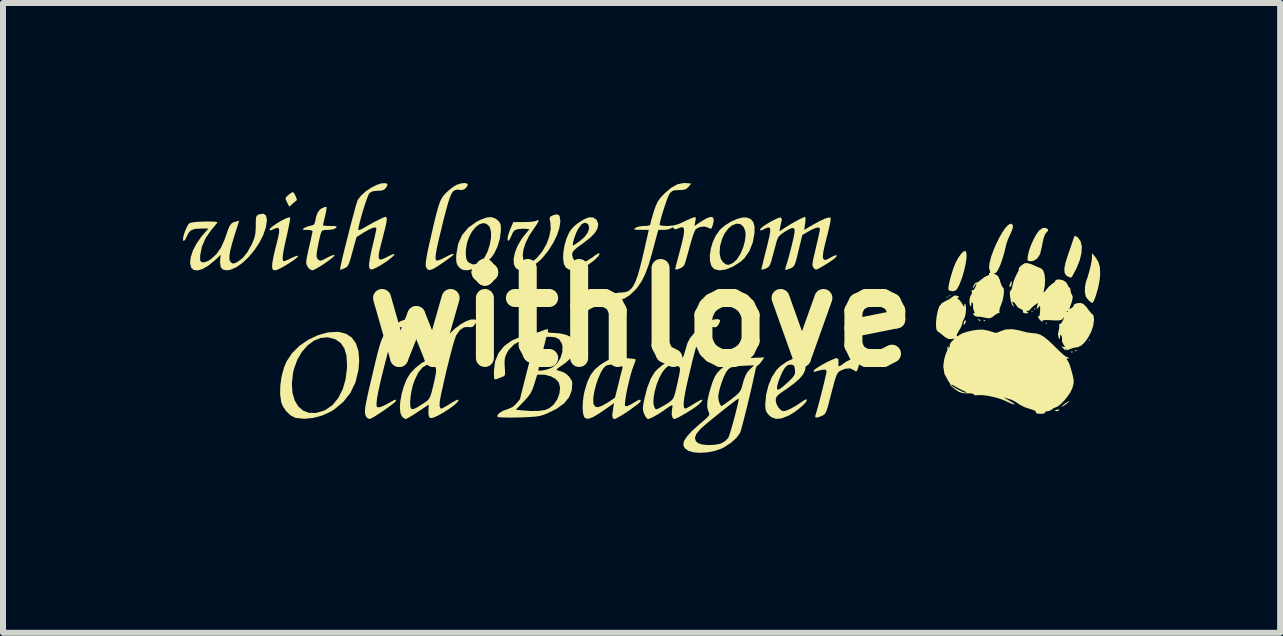
<source format=kicad_pcb>
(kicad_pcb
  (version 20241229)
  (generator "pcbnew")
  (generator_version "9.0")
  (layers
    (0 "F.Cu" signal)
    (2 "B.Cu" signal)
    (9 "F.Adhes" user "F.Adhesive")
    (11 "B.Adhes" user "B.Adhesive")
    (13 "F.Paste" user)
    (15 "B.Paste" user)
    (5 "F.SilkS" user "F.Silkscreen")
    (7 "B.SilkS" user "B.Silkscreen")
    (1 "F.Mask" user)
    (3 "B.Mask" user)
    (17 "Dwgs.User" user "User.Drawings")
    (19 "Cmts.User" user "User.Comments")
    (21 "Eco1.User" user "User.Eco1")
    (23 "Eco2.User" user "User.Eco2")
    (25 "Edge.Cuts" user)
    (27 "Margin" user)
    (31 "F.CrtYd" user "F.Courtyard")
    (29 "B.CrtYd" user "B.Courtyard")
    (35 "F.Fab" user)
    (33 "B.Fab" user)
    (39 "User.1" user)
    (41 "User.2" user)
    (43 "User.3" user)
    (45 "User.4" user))
  (footprint "withlove"
    (layer "F.Cu")
    (at 7.64 2.239)
    (property "Reference" "withlove" (at 0 0 0) (layer "F.SilkS") (effects (font (size 1.5 1.5) (thickness 0.3))))
    (attr board_only exclude_from_pos_files exclude_from_bom)
    (fp_poly (pts (xy 5.11 -0.337) (xy 5.1 -0.326) (xy 5.089 -0.337) (xy 5.1 -0.348)) (stroke (width 0) (type solid)) (fill yes) (layer "F.SilkS"))
    (fp_poly (pts (xy 5.154 -0.359) (xy 5.143 -0.348) (xy 5.132 -0.359) (xy 5.143 -0.37)) (stroke (width 0) (type solid)) (fill yes) (layer "F.SilkS"))
    (fp_poly (pts (xy 6.524 -0.098) (xy 6.513 -0.087) (xy 6.502 -0.098) (xy 6.513 -0.109)) (stroke (width 0) (type solid)) (fill yes) (layer "F.SilkS"))
    (fp_poly (pts (xy 6.567 -0.141) (xy 6.557 -0.13) (xy 6.546 -0.141) (xy 6.557 -0.152)) (stroke (width 0) (type solid)) (fill yes) (layer "F.SilkS"))
    (fp_poly (pts (xy 6.763 0.098) (xy 6.752 0.109) (xy 6.741 0.098) (xy 6.752 0.087)) (stroke (width 0) (type solid)) (fill yes) (layer "F.SilkS"))
    (fp_poly (pts (xy 7.481 0.381) (xy 7.47 0.391) (xy 7.459 0.381) (xy 7.47 0.37)) (stroke (width 0) (type solid)) (fill yes) (layer "F.SilkS"))
    (fp_poly (pts (xy 5.734 0.051) (xy 5.731 0.064) (xy 5.719 0.065) (xy 5.701 0.057) (xy 5.705 0.051) (xy 5.731 0.048)) (stroke (width 0) (type solid)) (fill yes) (layer "F.SilkS"))
    (fp_poly (pts (xy 7.191 0.573) (xy 7.188 0.586) (xy 7.176 0.587) (xy 7.158 0.579) (xy 7.162 0.573) (xy 7.188 0.57)) (stroke (width 0) (type solid)) (fill yes) (layer "F.SilkS"))
    (fp_poly (pts (xy 7.256 0.551) (xy 7.253 0.564) (xy 7.242 0.565) (xy 7.224 0.557) (xy 7.227 0.551) (xy 7.253 0.548)) (stroke (width 0) (type solid)) (fill yes) (layer "F.SilkS"))
    (fp_poly (pts (xy 5.629 0.031) (xy 5.652 0.052) (xy 5.648 0.065) (xy 5.645 0.065) (xy 5.626 0.05) (xy 5.619 0.04) (xy 5.617 0.025)) (stroke (width 0) (type solid)) (fill yes) (layer "F.SilkS"))
    (fp_poly (pts (xy 5.409 0.079) (xy 5.393 0.109) (xy 5.376 0.129) (xy 5.372 0.11) (xy 5.372 0.105) (xy 5.383 0.065) (xy 5.393 0.054) (xy 5.412 0.053)) (stroke (width 0) (type solid)) (fill yes) (layer "F.SilkS"))
    (fp_poly (pts (xy 6.969 1.546) (xy 6.945 1.561) (xy 6.912 1.566) (xy 6.894 1.559) (xy 6.894 1.557) (xy 6.912 1.546) (xy 6.937 1.538) (xy 6.967 1.536)) (stroke (width 0) (type solid)) (fill yes) (layer "F.SilkS"))
    (fp_poly (pts (xy 6.174 -0.595) (xy 6.174 -0.572) (xy 6.167 -0.528) (xy 6.154 -0.511) (xy 6.135 -0.51) (xy 6.134 -0.515) (xy 6.143 -0.548) (xy 6.154 -0.576) (xy 6.169 -0.606)) (stroke (width 0) (type solid)) (fill yes) (layer "F.SilkS"))
    (fp_poly (pts (xy 7.133 1.4) (xy 7.117 1.418) (xy 7.078 1.45) (xy 7.068 1.457) (xy 7.026 1.484) (xy 7.003 1.494) (xy 7.002 1.493) (xy 7.018 1.474) (xy 7.058 1.443) (xy 7.068 1.435) (xy 7.11 1.408) (xy 7.132 1.398)) (stroke (width 0) (type solid)) (fill yes) (layer "F.SilkS"))
    (fp_poly (pts (xy -5.79 -2.071) (xy -5.768 -2.032) (xy -5.749 -1.988) (xy -5.741 -1.956) (xy -5.744 -1.951) (xy -5.764 -1.935) (xy -5.803 -1.901) (xy -5.81 -1.895) (xy -5.868 -1.844) (xy -5.905 -1.916) (xy -5.928 -1.964) (xy -5.927 -1.994) (xy -5.898 -2.025) (xy -5.884 -2.038) (xy -5.84 -2.071) (xy -5.81 -2.087) (xy -5.808 -2.088)) (stroke (width 0) (type solid)) (fill yes) (layer "F.SilkS"))
    (fp_poly (pts (xy 6.779 -1.467) (xy 6.779 -1.438) (xy 6.762 -1.424) (xy 6.73 -1.382) (xy 6.702 -1.302) (xy 6.678 -1.186) (xy 6.675 -1.166) (xy 6.647 -1.053) (xy 6.598 -0.977) (xy 6.532 -0.939) (xy 6.495 -0.935) (xy 6.456 -0.937) (xy 6.439 -0.952) (xy 6.439 -0.992) (xy 6.444 -1.029) (xy 6.464 -1.115) (xy 6.501 -1.215) (xy 6.547 -1.315) (xy 6.596 -1.4) (xy 6.639 -1.454) (xy 6.695 -1.49) (xy 6.74 -1.49)) (stroke (width 0) (type solid)) (fill yes) (layer "F.SilkS"))
    (fp_poly (pts (xy 5.407 -1.103) (xy 5.421 -1.062) (xy 5.421 -0.99) (xy 5.408 -0.895) (xy 5.384 -0.787) (xy 5.351 -0.673) (xy 5.31 -0.563) (xy 5.29 -0.517) (xy 5.257 -0.461) (xy 5.221 -0.438) (xy 5.193 -0.435) (xy 5.145 -0.442) (xy 5.122 -0.455) (xy 5.119 -0.492) (xy 5.13 -0.562) (xy 5.153 -0.657) (xy 5.187 -0.77) (xy 5.209 -0.836) (xy 5.243 -0.918) (xy 5.285 -0.994) (xy 5.33 -1.056) (xy 5.37 -1.096) (xy 5.4 -1.106)) (stroke (width 0) (type solid)) (fill yes) (layer "F.SilkS"))
    (fp_poly (pts (xy 7.266 -1.338) (xy 7.275 -1.332) (xy 7.321 -1.272) (xy 7.343 -1.185) (xy 7.338 -1.075) (xy 7.309 -0.951) (xy 7.256 -0.819) (xy 7.238 -0.784) (xy 7.202 -0.716) (xy 7.18 -0.678) (xy 7.165 -0.663) (xy 7.151 -0.663) (xy 7.133 -0.669) (xy 7.083 -0.696) (xy 7.056 -0.743) (xy 7.052 -0.812) (xy 7.071 -0.91) (xy 7.112 -1.04) (xy 7.113 -1.044) (xy 7.146 -1.136) (xy 7.175 -1.222) (xy 7.196 -1.285) (xy 7.201 -1.3) (xy 7.217 -1.346) (xy 7.234 -1.357)) (stroke (width 0) (type solid)) (fill yes) (layer "F.SilkS"))
    (fp_poly (pts (xy 7.571 -1) (xy 7.619 -0.925) (xy 7.644 -0.837) (xy 7.649 -0.724) (xy 7.643 -0.647) (xy 7.631 -0.568) (xy 7.612 -0.48) (xy 7.587 -0.393) (xy 7.562 -0.317) (xy 7.538 -0.262) (xy 7.519 -0.239) (xy 7.518 -0.239) (xy 7.492 -0.253) (xy 7.452 -0.287) (xy 7.447 -0.293) (xy 7.41 -0.344) (xy 7.395 -0.41) (xy 7.394 -0.444) (xy 7.398 -0.516) (xy 7.409 -0.578) (xy 7.413 -0.592) (xy 7.442 -0.676) (xy 7.47 -0.775) (xy 7.494 -0.873) (xy 7.509 -0.956) (xy 7.512 -0.992) (xy 7.513 -1.069)) (stroke (width 0) (type solid)) (fill yes) (layer "F.SilkS"))
    (fp_poly (pts (xy -5.854 -1.665) (xy -5.854 -1.64) (xy -5.863 -1.581) (xy -5.88 -1.495) (xy -5.902 -1.392) (xy -5.911 -1.353) (xy -5.945 -1.201) (xy -5.967 -1.088) (xy -5.978 -1.008) (xy -5.977 -0.959) (xy -5.966 -0.937) (xy -5.958 -0.935) (xy -5.927 -0.944) (xy -5.872 -0.968) (xy -5.827 -0.99) (xy -5.769 -1.016) (xy -5.73 -1.026) (xy -5.719 -1.022) (xy -5.737 -0.998) (xy -5.783 -0.96) (xy -5.849 -0.915) (xy -5.923 -0.869) (xy -5.996 -0.827) (xy -6.058 -0.796) (xy -6.1 -0.783) (xy -6.103 -0.783) (xy -6.137 -0.789) (xy -6.152 -0.815) (xy -6.154 -0.863) (xy -6.149 -0.915) (xy -6.134 -0.998) (xy -6.111 -1.099) (xy -6.086 -1.201) (xy -6.055 -1.325) (xy -6.038 -1.411) (xy -6.037 -1.465) (xy -6.051 -1.49) (xy -6.081 -1.49) (xy -6.129 -1.47) (xy -6.13 -1.469) (xy -6.177 -1.449) (xy -6.196 -1.453) (xy -6.198 -1.462) (xy -6.18 -1.488) (xy -6.135 -1.525) (xy -6.072 -1.567) (xy -6.003 -1.609) (xy -5.936 -1.643) (xy -5.883 -1.664) (xy -5.855 -1.665)) (stroke (width 0) (type solid)) (fill yes) (layer "F.SilkS"))
    (fp_poly (pts (xy 1.823 -1.638) (xy 1.868 -1.587) (xy 1.888 -1.507) (xy 1.887 -1.405) (xy 1.858 -1.245) (xy 1.8 -1.102) (xy 1.719 -0.984) (xy 1.652 -0.924) (xy 1.526 -0.844) (xy 1.409 -0.797) (xy 1.306 -0.782) (xy 1.222 -0.801) (xy 1.214 -0.805) (xy 1.169 -0.855) (xy 1.145 -0.934) (xy 1.142 -1.032) (xy 1.148 -1.072) (xy 1.305 -1.072) (xy 1.323 -0.979) (xy 1.358 -0.923) (xy 1.407 -0.883) (xy 1.451 -0.873) (xy 1.506 -0.894) (xy 1.536 -0.912) (xy 1.597 -0.969) (xy 1.653 -1.058) (xy 1.698 -1.164) (xy 1.728 -1.276) (xy 1.739 -1.38) (xy 1.732 -1.443) (xy 1.698 -1.516) (xy 1.647 -1.555) (xy 1.585 -1.56) (xy 1.518 -1.535) (xy 1.451 -1.481) (xy 1.391 -1.401) (xy 1.349 -1.314) (xy 1.313 -1.186) (xy 1.305 -1.072) (xy 1.148 -1.072) (xy 1.158 -1.141) (xy 1.191 -1.253) (xy 1.24 -1.359) (xy 1.304 -1.45) (xy 1.32 -1.468) (xy 1.401 -1.536) (xy 1.497 -1.595) (xy 1.598 -1.64) (xy 1.689 -1.664) (xy 1.751 -1.665)) (stroke (width 0) (type solid)) (fill yes) (layer "F.SilkS"))
    (fp_poly (pts (xy -2.438 -1.65) (xy -2.399 -1.622) (xy -2.364 -1.587) (xy -2.346 -1.549) (xy -2.34 -1.494) (xy -2.341 -1.443) (xy -2.357 -1.312) (xy -2.397 -1.178) (xy -2.455 -1.058) (xy -2.504 -0.989) (xy -2.574 -0.927) (xy -2.666 -0.869) (xy -2.767 -0.82) (xy -2.862 -0.79) (xy -2.916 -0.783) (xy -2.984 -0.793) (xy -3.033 -0.828) (xy -3.045 -0.843) (xy -3.071 -0.881) (xy -3.083 -0.923) (xy -3.086 -0.983) (xy -3.083 -1.055) (xy -3.076 -1.091) (xy -2.925 -1.091) (xy -2.923 -1.012) (xy -2.913 -0.963) (xy -2.893 -0.93) (xy -2.872 -0.91) (xy -2.804 -0.88) (xy -2.73 -0.891) (xy -2.667 -0.931) (xy -2.609 -1.003) (xy -2.561 -1.099) (xy -2.526 -1.208) (xy -2.506 -1.318) (xy -2.504 -1.418) (xy -2.523 -1.496) (xy -2.531 -1.511) (xy -2.581 -1.559) (xy -2.64 -1.57) (xy -2.703 -1.548) (xy -2.765 -1.5) (xy -2.823 -1.428) (xy -2.871 -1.339) (xy -2.906 -1.236) (xy -2.924 -1.124) (xy -2.925 -1.091) (xy -3.076 -1.091) (xy -3.053 -1.225) (xy -2.986 -1.372) (xy -2.883 -1.495) (xy -2.743 -1.594) (xy -2.687 -1.623) (xy -2.585 -1.662) (xy -2.505 -1.671)) (stroke (width 0) (type solid)) (fill yes) (layer "F.SilkS"))
    (fp_poly (pts (xy -5.042 0.244) (xy -4.921 0.275) (xy -4.825 0.339) (xy -4.756 0.436) (xy -4.715 0.563) (xy -4.702 0.718) (xy -4.714 0.875) (xy -4.763 1.079) (xy -4.847 1.257) (xy -4.966 1.409) (xy -5.12 1.537) (xy -5.176 1.572) (xy -5.315 1.636) (xy -5.466 1.677) (xy -5.615 1.692) (xy -5.751 1.679) (xy -5.777 1.672) (xy -5.85 1.633) (xy -5.921 1.564) (xy -5.977 1.48) (xy -6.001 1.42) (xy -6.02 1.291) (xy -6.018 1.141) (xy -6.013 1.106) (xy -5.825 1.106) (xy -5.815 1.257) (xy -5.779 1.384) (xy -5.719 1.484) (xy -5.638 1.555) (xy -5.539 1.593) (xy -5.424 1.595) (xy -5.297 1.559) (xy -5.261 1.542) (xy -5.147 1.462) (xy -5.052 1.346) (xy -4.978 1.201) (xy -4.929 1.033) (xy -4.906 0.846) (xy -4.905 0.794) (xy -4.915 0.64) (xy -4.949 0.52) (xy -5.008 0.431) (xy -5.094 0.37) (xy -5.106 0.365) (xy -5.223 0.334) (xy -5.342 0.344) (xy -5.456 0.389) (xy -5.563 0.468) (xy -5.657 0.575) (xy -5.734 0.707) (xy -5.79 0.862) (xy -5.806 0.934) (xy -5.825 1.106) (xy -6.013 1.106) (xy -5.996 0.984) (xy -5.955 0.835) (xy -5.913 0.735) (xy -5.821 0.597) (xy -5.697 0.475) (xy -5.55 0.374) (xy -5.389 0.298) (xy -5.223 0.252) (xy -5.061 0.243)) (stroke (width 0) (type solid)) (fill yes) (layer "F.SilkS"))
    (fp_poly (pts (xy -2.901 -2.228) (xy -2.892 -2.211) (xy -2.91 -2.169) (xy -2.95 -2.134) (xy -2.995 -2.12) (xy -3.009 -2.122) (xy -3.058 -2.128) (xy -3.096 -2.123) (xy -3.123 -2.111) (xy -3.147 -2.087) (xy -3.171 -2.045) (xy -3.196 -1.982) (xy -3.225 -1.892) (xy -3.258 -1.77) (xy -3.299 -1.613) (xy -3.315 -1.546) (xy -3.358 -1.369) (xy -3.391 -1.23) (xy -3.413 -1.124) (xy -3.426 -1.047) (xy -3.43 -0.995) (xy -3.427 -0.963) (xy -3.416 -0.947) (xy -3.416 -0.947) (xy -3.385 -0.949) (xy -3.33 -0.969) (xy -3.27 -1) (xy -3.206 -1.033) (xy -3.158 -1.054) (xy -3.137 -1.056) (xy -3.13 -1.05) (xy -3.13 -1.043) (xy -3.142 -1.031) (xy -3.171 -1.008) (xy -3.223 -0.97) (xy -3.304 -0.912) (xy -3.314 -0.905) (xy -3.412 -0.839) (xy -3.483 -0.8) (xy -3.532 -0.787) (xy -3.565 -0.799) (xy -3.587 -0.835) (xy -3.589 -0.839) (xy -3.594 -0.869) (xy -3.592 -0.917) (xy -3.582 -0.988) (xy -3.564 -1.088) (xy -3.535 -1.221) (xy -3.514 -1.312) (xy -3.472 -1.496) (xy -3.437 -1.644) (xy -3.407 -1.76) (xy -3.382 -1.848) (xy -3.359 -1.916) (xy -3.336 -1.967) (xy -3.312 -2.008) (xy -3.284 -2.043) (xy -3.252 -2.077) (xy -3.248 -2.081) (xy -3.183 -2.139) (xy -3.116 -2.187) (xy -3.077 -2.209) (xy -3.003 -2.232) (xy -2.941 -2.239)) (stroke (width 0) (type solid)) (fill yes) (layer "F.SilkS"))
    (fp_poly (pts (xy -0.799 -1.663) (xy -0.745 -1.625) (xy -0.719 -1.562) (xy -0.718 -1.546) (xy -0.732 -1.475) (xy -0.778 -1.401) (xy -0.858 -1.321) (xy -0.976 -1.23) (xy -0.976 -1.23) (xy -1.059 -1.17) (xy -1.111 -1.127) (xy -1.14 -1.093) (xy -1.151 -1.062) (xy -1.153 -1.042) (xy -1.137 -0.98) (xy -1.099 -0.926) (xy -1.051 -0.895) (xy -1.032 -0.892) (xy -0.977 -0.905) (xy -0.902 -0.943) (xy -0.817 -0.997) (xy -0.777 -1.027) (xy -0.725 -1.062) (xy -0.698 -1.068) (xy -0.697 -1.051) (xy -0.72 -1.014) (xy -0.768 -0.965) (xy -0.787 -0.948) (xy -0.901 -0.864) (xy -1.011 -0.809) (xy -1.112 -0.785) (xy -1.197 -0.791) (xy -1.26 -0.83) (xy -1.291 -0.891) (xy -1.303 -0.98) (xy -1.299 -1.087) (xy -1.279 -1.203) (xy -1.272 -1.228) (xy -1.141 -1.228) (xy -1.141 -1.198) (xy -1.138 -1.196) (xy -1.116 -1.208) (xy -1.07 -1.238) (xy -1.029 -1.267) (xy -0.948 -1.337) (xy -0.894 -1.41) (xy -0.87 -1.48) (xy -0.879 -1.538) (xy -0.9 -1.563) (xy -0.945 -1.578) (xy -0.995 -1.551) (xy -1.049 -1.48) (xy -1.054 -1.471) (xy -1.082 -1.415) (xy -1.108 -1.348) (xy -1.129 -1.281) (xy -1.141 -1.228) (xy -1.272 -1.228) (xy -1.246 -1.316) (xy -1.201 -1.416) (xy -1.176 -1.455) (xy -1.115 -1.522) (xy -1.033 -1.586) (xy -0.946 -1.638) (xy -0.87 -1.667)) (stroke (width 0) (type solid)) (fill yes) (layer "F.SilkS"))
    (fp_poly (pts (xy 3.285 0.7) (xy 3.288 0.751) (xy 3.287 0.758) (xy 3.285 0.799) (xy 3.292 0.816) (xy 3.317 0.809) (xy 3.365 0.776) (xy 3.409 0.743) (xy 3.493 0.7) (xy 3.562 0.687) (xy 3.614 0.689) (xy 3.636 0.702) (xy 3.637 0.738) (xy 3.636 0.746) (xy 3.623 0.815) (xy 3.608 0.863) (xy 3.59 0.901) (xy 3.571 0.902) (xy 3.548 0.884) (xy 3.484 0.852) (xy 3.401 0.858) (xy 3.337 0.883) (xy 3.31 0.896) (xy 3.289 0.912) (xy 3.27 0.936) (xy 3.252 0.973) (xy 3.232 1.03) (xy 3.209 1.112) (xy 3.179 1.224) (xy 3.14 1.373) (xy 3.139 1.379) (xy 3.112 1.482) (xy 3.09 1.552) (xy 3.071 1.595) (xy 3.05 1.621) (xy 3.023 1.638) (xy 3.008 1.645) (xy 2.939 1.67) (xy 2.903 1.67) (xy 2.898 1.647) (xy 2.901 1.64) (xy 2.915 1.597) (xy 2.935 1.524) (xy 2.961 1.43) (xy 2.989 1.323) (xy 3.017 1.212) (xy 3.043 1.106) (xy 3.065 1.013) (xy 3.081 0.944) (xy 3.088 0.906) (xy 3.088 0.904) (xy 3.08 0.878) (xy 3.05 0.872) (xy 3.017 0.876) (xy 2.954 0.889) (xy 2.906 0.904) (xy 2.875 0.909) (xy 2.874 0.89) (xy 2.897 0.865) (xy 2.949 0.83) (xy 3.02 0.788) (xy 3.097 0.746) (xy 3.171 0.711) (xy 3.23 0.687) (xy 3.262 0.68)) (stroke (width 0) (type solid)) (fill yes) (layer "F.SilkS"))
    (fp_poly (pts (xy -3.838 0.031) (xy -3.782 0.045) (xy -3.828 0.104) (xy -3.867 0.142) (xy -3.915 0.159) (xy -3.975 0.163) (xy -4.039 0.167) (xy -4.078 0.183) (xy -4.108 0.221) (xy -4.115 0.232) (xy -4.133 0.275) (xy -4.159 0.353) (xy -4.19 0.459) (xy -4.225 0.585) (xy -4.261 0.723) (xy -4.297 0.865) (xy -4.332 1.006) (xy -4.362 1.136) (xy -4.386 1.248) (xy -4.402 1.335) (xy -4.407 1.372) (xy -4.414 1.444) (xy -4.412 1.482) (xy -4.399 1.498) (xy -4.375 1.501) (xy -4.332 1.49) (xy -4.269 1.462) (xy -4.219 1.435) (xy -4.151 1.396) (xy -4.111 1.376) (xy -4.093 1.374) (xy -4.088 1.385) (xy -4.088 1.391) (xy -4.105 1.412) (xy -4.151 1.45) (xy -4.216 1.499) (xy -4.292 1.553) (xy -4.37 1.605) (xy -4.441 1.651) (xy -4.498 1.683) (xy -4.53 1.696) (xy -4.531 1.696) (xy -4.568 1.679) (xy -4.588 1.654) (xy -4.6 1.625) (xy -4.606 1.591) (xy -4.606 1.546) (xy -4.599 1.483) (xy -4.583 1.398) (xy -4.559 1.284) (xy -4.525 1.135) (xy -4.513 1.086) (xy -4.466 0.887) (xy -4.428 0.726) (xy -4.396 0.598) (xy -4.369 0.497) (xy -4.345 0.42) (xy -4.323 0.361) (xy -4.301 0.316) (xy -4.276 0.279) (xy -4.249 0.247) (xy -4.216 0.214) (xy -4.206 0.203) (xy -4.106 0.121) (xy -4.006 0.062) (xy -3.913 0.031)) (stroke (width 0) (type solid)) (fill yes) (layer "F.SilkS"))
    (fp_poly (pts (xy -1.377 -1.707) (xy -1.361 -1.684) (xy -1.349 -1.598) (xy -1.365 -1.491) (xy -1.405 -1.37) (xy -1.467 -1.242) (xy -1.546 -1.116) (xy -1.639 -1) (xy -1.677 -0.96) (xy -1.78 -0.872) (xy -1.88 -0.813) (xy -1.97 -0.786) (xy -2.045 -0.79) (xy -2.095 -0.823) (xy -2.125 -0.886) (xy -2.128 -0.973) (xy -2.107 -1.077) (xy -2.064 -1.187) (xy -2.001 -1.297) (xy -1.955 -1.359) (xy -1.865 -1.468) (xy -1.925 -1.475) (xy -1.992 -1.476) (xy -2.057 -1.469) (xy -2.105 -1.453) (xy -2.137 -1.421) (xy -2.165 -1.359) (xy -2.19 -1.305) (xy -2.212 -1.276) (xy -2.221 -1.274) (xy -2.231 -1.305) (xy -2.22 -1.368) (xy -2.188 -1.46) (xy -2.173 -1.495) (xy -2.134 -1.587) (xy -1.952 -1.587) (xy -1.863 -1.59) (xy -1.793 -1.597) (xy -1.751 -1.608) (xy -1.747 -1.611) (xy -1.72 -1.622) (xy -1.712 -1.616) (xy -1.718 -1.591) (xy -1.746 -1.543) (xy -1.79 -1.48) (xy -1.794 -1.473) (xy -1.87 -1.359) (xy -1.927 -1.243) (xy -1.963 -1.133) (xy -1.977 -1.036) (xy -1.966 -0.961) (xy -1.944 -0.925) (xy -1.898 -0.902) (xy -1.841 -0.915) (xy -1.768 -0.965) (xy -1.737 -0.994) (xy -1.651 -1.096) (xy -1.582 -1.217) (xy -1.534 -1.345) (xy -1.51 -1.47) (xy -1.515 -1.58) (xy -1.519 -1.596) (xy -1.529 -1.647) (xy -1.519 -1.675) (xy -1.486 -1.694) (xy -1.419 -1.716)) (stroke (width 0) (type solid)) (fill yes) (layer "F.SilkS"))
    (fp_poly (pts (xy -5.247 -1.84) (xy -5.246 -1.815) (xy -5.255 -1.759) (xy -5.271 -1.687) (xy -5.289 -1.614) (xy -5.301 -1.559) (xy -5.306 -1.534) (xy -5.286 -1.528) (xy -5.236 -1.523) (xy -5.184 -1.522) (xy -5.116 -1.521) (xy -5.084 -1.515) (xy -5.08 -1.502) (xy -5.089 -1.49) (xy -5.133 -1.466) (xy -5.211 -1.457) (xy -5.221 -1.457) (xy -5.284 -1.455) (xy -5.319 -1.444) (xy -5.337 -1.413) (xy -5.349 -1.375) (xy -5.365 -1.31) (xy -5.384 -1.223) (xy -5.398 -1.147) (xy -5.411 -1.066) (xy -5.413 -1.017) (xy -5.405 -0.986) (xy -5.389 -0.965) (xy -5.366 -0.947) (xy -5.34 -0.945) (xy -5.299 -0.961) (xy -5.232 -0.996) (xy -5.167 -1.027) (xy -5.124 -1.041) (xy -5.11 -1.036) (xy -5.128 -1.012) (xy -5.173 -0.974) (xy -5.236 -0.927) (xy -5.309 -0.877) (xy -5.38 -0.833) (xy -5.44 -0.799) (xy -5.48 -0.783) (xy -5.484 -0.783) (xy -5.524 -0.799) (xy -5.555 -0.831) (xy -5.573 -0.861) (xy -5.584 -0.891) (xy -5.585 -0.93) (xy -5.578 -0.986) (xy -5.561 -1.068) (xy -5.535 -1.183) (xy -5.512 -1.279) (xy -5.495 -1.359) (xy -5.483 -1.415) (xy -5.48 -1.435) (xy -5.499 -1.449) (xy -5.548 -1.456) (xy -5.572 -1.457) (xy -5.627 -1.458) (xy -5.645 -1.464) (xy -5.632 -1.479) (xy -5.62 -1.488) (xy -5.565 -1.513) (xy -5.512 -1.526) (xy -5.458 -1.544) (xy -5.441 -1.577) (xy -5.419 -1.682) (xy -5.392 -1.752) (xy -5.355 -1.797) (xy -5.325 -1.817) (xy -5.278 -1.837) (xy -5.249 -1.841)) (stroke (width 0) (type solid)) (fill yes) (layer "F.SilkS"))
    (fp_poly (pts (xy 2.677 0.689) (xy 2.722 0.732) (xy 2.74 0.805) (xy 2.74 0.813) (xy 2.73 0.883) (xy 2.697 0.952) (xy 2.637 1.024) (xy 2.547 1.103) (xy 2.422 1.194) (xy 2.387 1.218) (xy 2.313 1.269) (xy 2.27 1.307) (xy 2.248 1.339) (xy 2.241 1.375) (xy 2.241 1.387) (xy 2.254 1.447) (xy 2.287 1.506) (xy 2.331 1.55) (xy 2.37 1.566) (xy 2.422 1.553) (xy 2.497 1.52) (xy 2.581 1.473) (xy 2.655 1.423) (xy 2.719 1.38) (xy 2.753 1.367) (xy 2.762 1.377) (xy 2.745 1.413) (xy 2.699 1.463) (xy 2.633 1.521) (xy 2.557 1.578) (xy 2.478 1.627) (xy 2.451 1.641) (xy 2.34 1.685) (xy 2.25 1.694) (xy 2.175 1.669) (xy 2.129 1.633) (xy 2.091 1.587) (xy 2.072 1.539) (xy 2.066 1.471) (xy 2.066 1.452) (xy 2.08 1.294) (xy 2.109 1.176) (xy 2.262 1.176) (xy 2.267 1.206) (xy 2.291 1.203) (xy 2.307 1.195) (xy 2.346 1.168) (xy 2.402 1.12) (xy 2.461 1.066) (xy 2.519 1.008) (xy 2.55 0.966) (xy 2.563 0.927) (xy 2.562 0.879) (xy 2.562 0.878) (xy 2.553 0.822) (xy 2.533 0.796) (xy 2.498 0.787) (xy 2.441 0.796) (xy 2.396 0.838) (xy 2.36 0.895) (xy 2.323 0.974) (xy 2.29 1.059) (xy 2.268 1.134) (xy 2.262 1.176) (xy 2.109 1.176) (xy 2.118 1.139) (xy 2.176 0.998) (xy 2.251 0.881) (xy 2.316 0.815) (xy 2.425 0.739) (xy 2.525 0.692) (xy 2.61 0.676)) (stroke (width 0) (type solid)) (fill yes) (layer "F.SilkS"))
    (fp_poly (pts (xy -0.294 0.679) (xy -0.214 0.684) (xy -0.146 0.691) (xy -0.103 0.698) (xy -0.095 0.702) (xy -0.098 0.725) (xy -0.115 0.774) (xy -0.128 0.807) (xy -0.152 0.872) (xy -0.178 0.961) (xy -0.204 1.063) (xy -0.229 1.171) (xy -0.25 1.275) (xy -0.265 1.366) (xy -0.273 1.436) (xy -0.272 1.475) (xy -0.269 1.479) (xy -0.236 1.482) (xy -0.174 1.453) (xy -0.145 1.435) (xy -0.07 1.391) (xy -0.026 1.373) (xy -0.009 1.38) (xy -0.014 1.403) (xy -0.037 1.429) (xy -0.088 1.47) (xy -0.158 1.521) (xy -0.236 1.576) (xy -0.314 1.626) (xy -0.383 1.667) (xy -0.431 1.692) (xy -0.447 1.696) (xy -0.474 1.685) (xy -0.483 1.643) (xy -0.484 1.631) (xy -0.481 1.605) (xy -0.474 1.551) (xy -0.47 1.525) (xy -0.455 1.431) (xy -0.592 1.528) (xy -0.71 1.608) (xy -0.8 1.661) (xy -0.866 1.688) (xy -0.913 1.691) (xy -0.945 1.671) (xy -0.956 1.654) (xy -0.972 1.596) (xy -0.978 1.508) (xy -0.974 1.404) (xy -0.966 1.342) (xy -0.8 1.342) (xy -0.8 1.425) (xy -0.796 1.444) (xy -0.772 1.487) (xy -0.726 1.499) (xy -0.657 1.477) (xy -0.563 1.423) (xy -0.559 1.421) (xy -0.439 1.341) (xy -0.381 1.111) (xy -0.357 1.013) (xy -0.336 0.929) (xy -0.32 0.868) (xy -0.313 0.844) (xy -0.315 0.822) (xy -0.34 0.807) (xy -0.399 0.796) (xy -0.42 0.793) (xy -0.518 0.789) (xy -0.584 0.803) (xy -0.586 0.804) (xy -0.63 0.847) (xy -0.676 0.922) (xy -0.719 1.02) (xy -0.756 1.129) (xy -0.784 1.24) (xy -0.8 1.342) (xy -0.966 1.342) (xy -0.96 1.297) (xy -0.945 1.228) (xy -0.9 1.079) (xy -0.846 0.964) (xy -0.778 0.873) (xy -0.691 0.798) (xy -0.67 0.784) (xy -0.597 0.738) (xy -0.53 0.701) (xy -0.485 0.682) (xy -0.484 0.682) (xy -0.442 0.678) (xy -0.374 0.677)) (stroke (width 0) (type solid)) (fill yes) (layer "F.SilkS"))
    (fp_poly (pts (xy -4.251 -2.232) (xy -4.23 -2.218) (xy -4.235 -2.194) (xy -4.253 -2.164) (xy -4.284 -2.129) (xy -4.326 -2.113) (xy -4.392 -2.109) (xy -4.471 -2.102) (xy -4.522 -2.078) (xy -4.534 -2.066) (xy -4.552 -2.032) (xy -4.577 -1.967) (xy -4.607 -1.879) (xy -4.638 -1.78) (xy -4.668 -1.678) (xy -4.693 -1.584) (xy -4.711 -1.508) (xy -4.718 -1.461) (xy -4.703 -1.452) (xy -4.656 -1.472) (xy -4.627 -1.489) (xy -4.547 -1.536) (xy -4.462 -1.583) (xy -4.381 -1.624) (xy -4.314 -1.656) (xy -4.271 -1.673) (xy -4.263 -1.674) (xy -4.247 -1.666) (xy -4.242 -1.636) (xy -4.249 -1.58) (xy -4.268 -1.493) (xy -4.299 -1.371) (xy -4.303 -1.354) (xy -4.341 -1.208) (xy -4.367 -1.1) (xy -4.378 -1.026) (xy -4.375 -0.981) (xy -4.357 -0.963) (xy -4.322 -0.966) (xy -4.271 -0.988) (xy -4.237 -1.006) (xy -4.175 -1.036) (xy -4.13 -1.054) (xy -4.115 -1.056) (xy -4.121 -1.035) (xy -4.157 -1) (xy -4.214 -0.955) (xy -4.283 -0.907) (xy -4.356 -0.861) (xy -4.423 -0.824) (xy -4.476 -0.801) (xy -4.496 -0.797) (xy -4.522 -0.804) (xy -4.536 -0.833) (xy -4.538 -0.888) (xy -4.526 -0.974) (xy -4.502 -1.095) (xy -4.481 -1.184) (xy -4.456 -1.289) (xy -4.436 -1.379) (xy -4.421 -1.445) (xy -4.415 -1.479) (xy -4.415 -1.481) (xy -4.431 -1.499) (xy -4.477 -1.491) (xy -4.55 -1.458) (xy -4.619 -1.418) (xy -4.747 -1.337) (xy -4.815 -1.091) (xy -4.844 -0.985) (xy -4.867 -0.913) (xy -4.887 -0.867) (xy -4.908 -0.84) (xy -4.934 -0.823) (xy -4.953 -0.814) (xy -4.999 -0.797) (xy -5.023 -0.791) (xy -5.023 -0.792) (xy -5.018 -0.827) (xy -5.003 -0.897) (xy -4.981 -0.995) (xy -4.952 -1.113) (xy -4.919 -1.245) (xy -4.884 -1.383) (xy -4.849 -1.521) (xy -4.814 -1.652) (xy -4.783 -1.768) (xy -4.757 -1.863) (xy -4.737 -1.929) (xy -4.725 -1.96) (xy -4.669 -2.031) (xy -4.592 -2.1) (xy -4.502 -2.161) (xy -4.41 -2.207) (xy -4.326 -2.234) (xy -4.259 -2.235)) (stroke (width 0) (type solid)) (fill yes) (layer "F.SilkS"))
    (fp_poly (pts (xy -6.258 -1.699) (xy -6.242 -1.636) (xy -6.241 -1.621) (xy -6.257 -1.502) (xy -6.301 -1.373) (xy -6.367 -1.243) (xy -6.451 -1.117) (xy -6.547 -1.002) (xy -6.65 -0.905) (xy -6.755 -0.832) (xy -6.855 -0.79) (xy -6.912 -0.783) (xy -6.976 -0.796) (xy -7.012 -0.838) (xy -7.022 -0.912) (xy -7.021 -0.943) (xy -7.013 -1.04) (xy -7.113 -0.946) (xy -7.216 -0.862) (xy -7.311 -0.806) (xy -7.394 -0.781) (xy -7.46 -0.788) (xy -7.504 -0.828) (xy -7.504 -0.83) (xy -7.522 -0.905) (xy -7.511 -1.002) (xy -7.474 -1.113) (xy -7.414 -1.229) (xy -7.334 -1.343) (xy -7.307 -1.375) (xy -7.216 -1.479) (xy -7.339 -1.479) (xy -7.434 -1.474) (xy -7.498 -1.455) (xy -7.541 -1.417) (xy -7.575 -1.352) (xy -7.577 -1.346) (xy -7.606 -1.288) (xy -7.629 -1.273) (xy -7.635 -1.276) (xy -7.64 -1.307) (xy -7.629 -1.364) (xy -7.607 -1.432) (xy -7.579 -1.498) (xy -7.55 -1.549) (xy -7.534 -1.567) (xy -7.495 -1.58) (xy -7.417 -1.59) (xy -7.306 -1.595) (xy -7.276 -1.596) (xy -7.175 -1.596) (xy -7.111 -1.594) (xy -7.077 -1.589) (xy -7.068 -1.579) (xy -7.076 -1.566) (xy -7.105 -1.53) (xy -7.15 -1.477) (xy -7.175 -1.447) (xy -7.265 -1.316) (xy -7.326 -1.172) (xy -7.354 -1.027) (xy -7.354 -0.951) (xy -7.334 -0.92) (xy -7.29 -0.915) (xy -7.228 -0.936) (xy -7.175 -0.968) (xy -7.083 -1.052) (xy -7.008 -1.159) (xy -6.946 -1.296) (xy -6.925 -1.356) (xy -6.891 -1.455) (xy -6.863 -1.52) (xy -6.835 -1.56) (xy -6.802 -1.583) (xy -6.76 -1.595) (xy -6.703 -1.609) (xy -6.778 -1.375) (xy -6.824 -1.221) (xy -6.854 -1.103) (xy -6.867 -1.016) (xy -6.864 -0.956) (xy -6.845 -0.919) (xy -6.84 -0.914) (xy -6.81 -0.897) (xy -6.776 -0.901) (xy -6.729 -0.924) (xy -6.644 -0.988) (xy -6.565 -1.087) (xy -6.489 -1.225) (xy -6.485 -1.234) (xy -6.452 -1.316) (xy -6.434 -1.394) (xy -6.427 -1.487) (xy -6.426 -1.527) (xy -6.426 -1.612) (xy -6.421 -1.664) (xy -6.41 -1.692) (xy -6.388 -1.708) (xy -6.363 -1.718) (xy -6.298 -1.727)) (stroke (width 0) (type solid)) (fill yes) (layer "F.SilkS"))
    (fp_poly (pts (xy 6.174 -1.556) (xy 6.195 -1.529) (xy 6.191 -1.482) (xy 6.163 -1.41) (xy 6.146 -1.375) (xy 6.112 -1.299) (xy 6.086 -1.224) (xy 6.079 -1.196) (xy 6.051 -1.078) (xy 6.018 -0.966) (xy 5.983 -0.868) (xy 5.949 -0.793) (xy 5.919 -0.749) (xy 5.908 -0.741) (xy 5.877 -0.728) (xy 5.887 -0.719) (xy 5.91 -0.713) (xy 5.946 -0.688) (xy 5.973 -0.631) (xy 5.982 -0.6) (xy 6 -0.542) (xy 6.019 -0.506) (xy 6.026 -0.5) (xy 6.041 -0.481) (xy 6.045 -0.432) (xy 6.04 -0.366) (xy 6.026 -0.293) (xy 6.004 -0.227) (xy 6.001 -0.219) (xy 5.977 -0.155) (xy 5.968 -0.104) (xy 5.97 -0.089) (xy 5.974 -0.068) (xy 5.968 -0.071) (xy 5.943 -0.068) (xy 5.901 -0.042) (xy 5.889 -0.032) (xy 5.844 0.002) (xy 5.806 0.016) (xy 5.758 0.013) (xy 5.707 0.001) (xy 5.648 -0.009) (xy 5.605 -0.009) (xy 5.561 -0.02) (xy 5.544 -0.035) (xy 5.529 -0.06) (xy 5.543 -0.065) (xy 5.558 -0.075) (xy 5.544 -0.11) (xy 5.529 -0.157) (xy 5.531 -0.183) (xy 5.53 -0.224) (xy 5.522 -0.241) (xy 5.507 -0.254) (xy 5.502 -0.227) (xy 5.502 -0.217) (xy 5.498 -0.182) (xy 5.488 -0.186) (xy 5.48 -0.199) (xy 5.47 -0.243) (xy 5.473 -0.302) (xy 5.486 -0.355) (xy 5.504 -0.382) (xy 5.513 -0.408) (xy 5.508 -0.428) (xy 5.506 -0.452) (xy 5.517 -0.45) (xy 5.54 -0.457) (xy 5.564 -0.491) (xy 5.584 -0.541) (xy 5.586 -0.561) (xy 5.571 -0.546) (xy 5.556 -0.522) (xy 5.534 -0.491) (xy 5.524 -0.49) (xy 5.524 -0.491) (xy 5.536 -0.524) (xy 5.556 -0.556) (xy 5.58 -0.581) (xy 5.588 -0.579) (xy 5.603 -0.581) (xy 5.64 -0.607) (xy 5.666 -0.628) (xy 5.718 -0.669) (xy 5.763 -0.693) (xy 5.776 -0.696) (xy 5.798 -0.707) (xy 5.795 -0.718) (xy 5.798 -0.738) (xy 5.806 -0.739) (xy 5.819 -0.751) (xy 5.807 -0.782) (xy 5.797 -0.834) (xy 5.806 -0.91) (xy 5.83 -1.004) (xy 5.867 -1.108) (xy 5.912 -1.215) (xy 5.963 -1.319) (xy 6.016 -1.412) (xy 6.068 -1.488) (xy 6.116 -1.539) (xy 6.157 -1.56)) (stroke (width 0) (type solid)) (fill yes) (layer "F.SilkS"))
    (fp_poly (pts (xy -2.765 0.042) (xy -2.749 0.061) (xy -2.759 0.094) (xy -2.774 0.118) (xy -2.809 0.158) (xy -2.849 0.166) (xy -2.875 0.162) (xy -2.952 0.166) (xy -3.023 0.211) (xy -3.082 0.295) (xy -3.085 0.299) (xy -3.104 0.349) (xy -3.131 0.436) (xy -3.163 0.553) (xy -3.2 0.696) (xy -3.24 0.857) (xy -3.281 1.032) (xy -3.322 1.215) (xy -3.339 1.289) (xy -3.359 1.401) (xy -3.363 1.476) (xy -3.35 1.515) (xy -3.331 1.522) (xy -3.305 1.511) (xy -3.253 1.482) (xy -3.186 1.441) (xy -3.178 1.436) (xy -3.103 1.391) (xy -3.06 1.372) (xy -3.045 1.38) (xy -3.045 1.381) (xy -3.063 1.413) (xy -3.113 1.46) (xy -3.188 1.516) (xy -3.281 1.577) (xy -3.378 1.633) (xy -3.459 1.671) (xy -3.511 1.682) (xy -3.539 1.66) (xy -3.549 1.605) (xy -3.548 1.554) (xy -3.543 1.455) (xy -3.723 1.576) (xy -3.802 1.627) (xy -3.868 1.667) (xy -3.913 1.692) (xy -3.927 1.696) (xy -3.959 1.682) (xy -3.989 1.654) (xy -4.015 1.597) (xy -4.024 1.509) (xy -4.018 1.41) (xy -3.853 1.41) (xy -3.851 1.482) (xy -3.84 1.519) (xy -3.821 1.532) (xy -3.786 1.526) (xy -3.73 1.498) (xy -3.647 1.445) (xy -3.637 1.439) (xy -3.592 1.409) (xy -3.558 1.382) (xy -3.534 1.352) (xy -3.514 1.31) (xy -3.495 1.249) (xy -3.473 1.16) (xy -3.445 1.041) (xy -3.425 0.939) (xy -3.42 0.87) (xy -3.432 0.827) (xy -3.462 0.801) (xy -3.493 0.791) (xy -3.572 0.792) (xy -3.646 0.835) (xy -3.714 0.917) (xy -3.774 1.036) (xy -3.806 1.126) (xy -3.829 1.22) (xy -3.845 1.318) (xy -3.853 1.41) (xy -4.018 1.41) (xy -4.017 1.4) (xy -3.995 1.278) (xy -3.959 1.152) (xy -3.911 1.031) (xy -3.85 0.934) (xy -3.764 0.843) (xy -3.664 0.764) (xy -3.56 0.706) (xy -3.462 0.677) (xy -3.431 0.674) (xy -3.393 0.672) (xy -3.369 0.661) (xy -3.351 0.631) (xy -3.333 0.574) (xy -3.319 0.519) (xy -3.286 0.415) (xy -3.246 0.336) (xy -3.192 0.27) (xy -3.106 0.188) (xy -3.014 0.119) (xy -2.924 0.067) (xy -2.845 0.038) (xy -2.783 0.035)) (stroke (width 0) (type solid)) (fill yes) (layer "F.SilkS"))
    (fp_poly (pts (xy 1.283 0.033) (xy 1.311 0.045) (xy 1.313 0.067) (xy 1.293 0.111) (xy 1.264 0.154) (xy 1.23 0.167) (xy 1.187 0.162) (xy 1.128 0.157) (xy 1.08 0.167) (xy 1.037 0.198) (xy 0.999 0.253) (xy 0.962 0.336) (xy 0.924 0.453) (xy 0.883 0.606) (xy 0.862 0.685) (xy 0.809 0.905) (xy 0.767 1.086) (xy 0.736 1.232) (xy 0.716 1.344) (xy 0.706 1.426) (xy 0.707 1.482) (xy 0.716 1.513) (xy 0.735 1.522) (xy 0.735 1.522) (xy 0.762 1.511) (xy 0.814 1.482) (xy 0.88 1.441) (xy 0.888 1.436) (xy 0.962 1.392) (xy 1.007 1.373) (xy 1.021 1.379) (xy 1.003 1.408) (xy 0.962 1.45) (xy 0.917 1.486) (xy 0.85 1.532) (xy 0.772 1.581) (xy 0.692 1.628) (xy 0.621 1.667) (xy 0.57 1.691) (xy 0.551 1.696) (xy 0.522 1.677) (xy 0.507 1.626) (xy 0.51 1.552) (xy 0.513 1.531) (xy 0.52 1.49) (xy 0.518 1.469) (xy 0.502 1.469) (xy 0.464 1.491) (xy 0.398 1.536) (xy 0.37 1.557) (xy 0.281 1.615) (xy 0.2 1.661) (xy 0.137 1.69) (xy 0.109 1.696) (xy 0.086 1.678) (xy 0.058 1.633) (xy 0.05 1.615) (xy 0.033 1.568) (xy 0.026 1.526) (xy 0.03 1.472) (xy 0.037 1.435) (xy 0.202 1.435) (xy 0.215 1.492) (xy 0.233 1.526) (xy 0.254 1.533) (xy 0.294 1.517) (xy 0.31 1.509) (xy 0.376 1.472) (xy 0.448 1.428) (xy 0.461 1.419) (xy 0.5 1.39) (xy 0.528 1.358) (xy 0.549 1.313) (xy 0.569 1.242) (xy 0.584 1.178) (xy 0.613 1.051) (xy 0.632 0.96) (xy 0.643 0.898) (xy 0.645 0.858) (xy 0.638 0.835) (xy 0.623 0.821) (xy 0.6 0.81) (xy 0.599 0.809) (xy 0.538 0.787) (xy 0.489 0.791) (xy 0.437 0.822) (xy 0.404 0.849) (xy 0.351 0.915) (xy 0.301 1.008) (xy 0.257 1.117) (xy 0.224 1.233) (xy 0.205 1.342) (xy 0.202 1.435) (xy 0.037 1.435) (xy 0.044 1.393) (xy 0.049 1.37) (xy 0.097 1.179) (xy 0.155 1.028) (xy 0.223 0.915) (xy 0.261 0.872) (xy 0.348 0.799) (xy 0.442 0.739) (xy 0.532 0.697) (xy 0.608 0.678) (xy 0.632 0.679) (xy 0.674 0.681) (xy 0.697 0.664) (xy 0.714 0.618) (xy 0.719 0.6) (xy 0.742 0.519) (xy 0.769 0.433) (xy 0.774 0.419) (xy 0.815 0.344) (xy 0.88 0.265) (xy 0.961 0.188) (xy 1.05 0.12) (xy 1.138 0.067) (xy 1.217 0.035) (xy 1.279 0.031)) (stroke (width 0) (type solid)) (fill yes) (layer "F.SilkS"))
    (fp_poly (pts (xy 2.003 0.737) (xy 1.967 0.781) (xy 1.94 0.804) (xy 1.937 0.805) (xy 1.92 0.823) (xy 1.906 0.864) (xy 1.875 1.007) (xy 1.841 1.16) (xy 1.805 1.314) (xy 1.769 1.465) (xy 1.734 1.605) (xy 1.703 1.729) (xy 1.676 1.829) (xy 1.656 1.899) (xy 1.644 1.93) (xy 1.584 2.012) (xy 1.493 2.094) (xy 1.382 2.166) (xy 1.331 2.191) (xy 1.224 2.228) (xy 1.102 2.251) (xy 0.979 2.259) (xy 0.869 2.251) (xy 0.785 2.226) (xy 0.783 2.225) (xy 0.724 2.182) (xy 0.7 2.129) (xy 0.711 2.066) (xy 0.744 2.012) (xy 0.894 2.012) (xy 0.911 2.067) (xy 0.957 2.103) (xy 1.024 2.122) (xy 1.115 2.13) (xy 1.213 2.126) (xy 1.301 2.112) (xy 1.336 2.1) (xy 1.398 2.063) (xy 1.446 2.014) (xy 1.448 2.012) (xy 1.463 1.978) (xy 1.484 1.913) (xy 1.51 1.827) (xy 1.537 1.729) (xy 1.565 1.626) (xy 1.589 1.529) (xy 1.609 1.445) (xy 1.621 1.385) (xy 1.624 1.356) (xy 1.623 1.355) (xy 1.604 1.365) (xy 1.558 1.397) (xy 1.492 1.448) (xy 1.411 1.511) (xy 1.322 1.582) (xy 1.231 1.655) (xy 1.144 1.725) (xy 1.069 1.788) (xy 1.011 1.839) (xy 0.983 1.865) (xy 0.918 1.944) (xy 0.894 2.012) (xy 0.744 2.012) (xy 0.759 1.989) (xy 0.843 1.896) (xy 0.966 1.786) (xy 0.967 1.785) (xy 1.047 1.717) (xy 1.098 1.671) (xy 1.126 1.639) (xy 1.134 1.615) (xy 1.129 1.592) (xy 1.119 1.571) (xy 1.099 1.502) (xy 1.101 1.407) (xy 1.116 1.329) (xy 1.283 1.329) (xy 1.29 1.386) (xy 1.307 1.44) (xy 1.328 1.474) (xy 1.339 1.479) (xy 1.36 1.467) (xy 1.407 1.434) (xy 1.471 1.387) (xy 1.502 1.365) (xy 1.58 1.303) (xy 1.631 1.254) (xy 1.66 1.21) (xy 1.676 1.164) (xy 1.706 1.054) (xy 1.734 0.977) (xy 1.763 0.922) (xy 1.799 0.878) (xy 1.813 0.864) (xy 1.881 0.8) (xy 1.691 0.809) (xy 1.594 0.816) (xy 1.53 0.825) (xy 1.487 0.84) (xy 1.453 0.864) (xy 1.446 0.87) (xy 1.412 0.918) (xy 1.374 0.996) (xy 1.338 1.091) (xy 1.308 1.189) (xy 1.288 1.277) (xy 1.283 1.329) (xy 1.116 1.329) (xy 1.126 1.282) (xy 1.156 1.175) (xy 1.193 1.064) (xy 1.228 0.984) (xy 1.268 0.923) (xy 1.32 0.87) (xy 1.353 0.842) (xy 1.44 0.775) (xy 1.517 0.731) (xy 1.596 0.703) (xy 1.691 0.687) (xy 1.815 0.678) (xy 1.825 0.678) (xy 2.051 0.669)) (stroke (width 0) (type solid)) (fill yes) (layer "F.SilkS"))
    (fp_poly (pts (xy 2.737 -1.655) (xy 2.736 -1.606) (xy 2.731 -1.566) (xy 2.717 -1.458) (xy 2.848 -1.535) (xy 2.969 -1.602) (xy 3.062 -1.645) (xy 3.126 -1.664) (xy 3.155 -1.659) (xy 3.157 -1.633) (xy 3.148 -1.573) (xy 3.13 -1.487) (xy 3.105 -1.385) (xy 3.098 -1.359) (xy 3.06 -1.209) (xy 3.036 -1.097) (xy 3.026 -1.019) (xy 3.033 -0.973) (xy 3.055 -0.956) (xy 3.094 -0.963) (xy 3.151 -0.993) (xy 3.168 -1.003) (xy 3.218 -1.028) (xy 3.252 -1.036) (xy 3.257 -1.034) (xy 3.253 -1.011) (xy 3.208 -0.97) (xy 3.125 -0.912) (xy 3.035 -0.857) (xy 2.966 -0.817) (xy 2.924 -0.797) (xy 2.9 -0.797) (xy 2.882 -0.812) (xy 2.877 -0.818) (xy 2.863 -0.838) (xy 2.855 -0.857) (xy 2.853 -0.884) (xy 2.858 -0.925) (xy 2.87 -0.987) (xy 2.892 -1.08) (xy 2.914 -1.174) (xy 2.939 -1.279) (xy 2.959 -1.369) (xy 2.973 -1.437) (xy 2.979 -1.472) (xy 2.979 -1.473) (xy 2.963 -1.497) (xy 2.916 -1.493) (xy 2.839 -1.46) (xy 2.796 -1.436) (xy 2.684 -1.372) (xy 2.62 -1.108) (xy 2.594 -0.999) (xy 2.573 -0.924) (xy 2.555 -0.875) (xy 2.536 -0.846) (xy 2.513 -0.828) (xy 2.482 -0.814) (xy 2.432 -0.795) (xy 2.402 -0.789) (xy 2.399 -0.79) (xy 2.401 -0.813) (xy 2.415 -0.862) (xy 2.421 -0.883) (xy 2.439 -0.939) (xy 2.463 -1.024) (xy 2.49 -1.127) (xy 2.512 -1.214) (xy 2.54 -1.336) (xy 2.555 -1.421) (xy 2.553 -1.471) (xy 2.533 -1.49) (xy 2.493 -1.482) (xy 2.432 -1.451) (xy 2.404 -1.434) (xy 2.333 -1.386) (xy 2.29 -1.345) (xy 2.266 -1.296) (xy 2.258 -1.273) (xy 2.241 -1.209) (xy 2.217 -1.12) (xy 2.191 -1.025) (xy 2.188 -1.013) (xy 2.164 -0.926) (xy 2.143 -0.871) (xy 2.12 -0.839) (xy 2.089 -0.819) (xy 2.071 -0.811) (xy 2.025 -0.796) (xy 2.001 -0.793) (xy 2.001 -0.795) (xy 2.006 -0.819) (xy 2.02 -0.878) (xy 2.04 -0.963) (xy 2.066 -1.066) (xy 2.077 -1.109) (xy 2.113 -1.253) (xy 2.137 -1.36) (xy 2.149 -1.433) (xy 2.148 -1.477) (xy 2.135 -1.497) (xy 2.108 -1.496) (xy 2.068 -1.48) (xy 2.043 -1.467) (xy 1.999 -1.448) (xy 1.981 -1.451) (xy 1.979 -1.463) (xy 1.997 -1.488) (xy 2.043 -1.524) (xy 2.108 -1.565) (xy 2.179 -1.606) (xy 2.247 -1.64) (xy 2.3 -1.661) (xy 2.327 -1.664) (xy 2.342 -1.633) (xy 2.34 -1.613) (xy 2.329 -1.566) (xy 2.316 -1.505) (xy 2.316 -1.505) (xy 2.301 -1.433) (xy 2.417 -1.507) (xy 2.498 -1.557) (xy 2.58 -1.603) (xy 2.653 -1.642) (xy 2.708 -1.667) (xy 2.731 -1.674)) (stroke (width 0) (type solid)) (fill yes) (layer "F.SilkS"))
    (fp_poly (pts (xy 0.758 -2.236) (xy 0.832 -2.229) (xy 0.788 -2.175) (xy 0.753 -2.142) (xy 0.708 -2.125) (xy 0.637 -2.121) (xy 0.63 -2.121) (xy 0.558 -2.117) (xy 0.514 -2.103) (xy 0.481 -2.072) (xy 0.473 -2.063) (xy 0.453 -2.024) (xy 0.426 -1.955) (xy 0.395 -1.866) (xy 0.364 -1.77) (xy 0.336 -1.677) (xy 0.315 -1.599) (xy 0.305 -1.547) (xy 0.304 -1.54) (xy 0.324 -1.531) (xy 0.376 -1.524) (xy 0.436 -1.522) (xy 0.537 -1.53) (xy 0.628 -1.556) (xy 0.691 -1.585) (xy 0.765 -1.62) (xy 0.83 -1.649) (xy 0.866 -1.663) (xy 0.898 -1.67) (xy 0.909 -1.656) (xy 0.903 -1.611) (xy 0.901 -1.6) (xy 0.887 -1.522) (xy 1 -1.598) (xy 1.093 -1.653) (xy 1.159 -1.675) (xy 1.197 -1.662) (xy 1.208 -1.617) (xy 1.194 -1.546) (xy 1.176 -1.493) (xy 1.16 -1.474) (xy 1.134 -1.483) (xy 1.118 -1.493) (xy 1.05 -1.514) (xy 0.971 -1.503) (xy 0.911 -1.472) (xy 0.892 -1.441) (xy 0.866 -1.376) (xy 0.837 -1.285) (xy 0.806 -1.176) (xy 0.806 -1.174) (xy 0.777 -1.069) (xy 0.751 -0.976) (xy 0.73 -0.906) (xy 0.717 -0.869) (xy 0.716 -0.867) (xy 0.689 -0.84) (xy 0.647 -0.815) (xy 0.603 -0.799) (xy 0.572 -0.797) (xy 0.565 -0.805) (xy 0.571 -0.833) (xy 0.586 -0.893) (xy 0.608 -0.979) (xy 0.636 -1.082) (xy 0.642 -1.103) (xy 0.68 -1.251) (xy 0.705 -1.362) (xy 0.714 -1.438) (xy 0.708 -1.484) (xy 0.687 -1.502) (xy 0.65 -1.497) (xy 0.605 -1.477) (xy 0.565 -1.464) (xy 0.542 -1.482) (xy 0.52 -1.5) (xy 0.497 -1.484) (xy 0.459 -1.467) (xy 0.398 -1.458) (xy 0.377 -1.457) (xy 0.284 -1.457) (xy 0.252 -1.343) (xy 0.231 -1.264) (xy 0.204 -1.164) (xy 0.177 -1.063) (xy 0.175 -1.055) (xy 0.121 -0.869) (xy 0.065 -0.72) (xy 0.005 -0.599) (xy -0.064 -0.499) (xy -0.097 -0.461) (xy -0.191 -0.37) (xy -0.279 -0.314) (xy -0.37 -0.287) (xy -0.436 -0.283) (xy -0.525 -0.283) (xy -0.478 -0.348) (xy -0.441 -0.391) (xy -0.396 -0.409) (xy -0.337 -0.413) (xy -0.275 -0.418) (xy -0.222 -0.434) (xy -0.176 -0.467) (xy -0.135 -0.519) (xy -0.097 -0.596) (xy -0.059 -0.7) (xy -0.02 -0.837) (xy 0.023 -1.011) (xy 0.052 -1.136) (xy 0.125 -1.457) (xy -0.008 -1.458) (xy -0.08 -1.459) (xy -0.114 -1.463) (xy -0.118 -1.473) (xy -0.099 -1.49) (xy -0.052 -1.51) (xy 0.018 -1.521) (xy 0.048 -1.522) (xy 0.115 -1.526) (xy 0.147 -1.54) (xy 0.152 -1.554) (xy 0.158 -1.588) (xy 0.175 -1.652) (xy 0.199 -1.733) (xy 0.209 -1.765) (xy 0.242 -1.86) (xy 0.274 -1.929) (xy 0.316 -1.989) (xy 0.378 -2.054) (xy 0.393 -2.07) (xy 0.502 -2.162) (xy 0.602 -2.217) (xy 0.703 -2.238)) (stroke (width 0) (type solid)) (fill yes) (layer "F.SilkS"))
    (fp_poly (pts (xy -1.553 0.212) (xy -1.558 0.228) (xy -1.557 0.247) (xy -1.532 0.257) (xy -1.474 0.261) (xy -1.449 0.261) (xy -1.346 0.27) (xy -1.251 0.293) (xy -1.176 0.328) (xy -1.131 0.369) (xy -1.13 0.371) (xy -1.111 0.443) (xy -1.114 0.531) (xy -1.137 0.617) (xy -1.152 0.646) (xy -1.195 0.698) (xy -1.258 0.755) (xy -1.304 0.788) (xy -1.362 0.828) (xy -1.401 0.859) (xy -1.413 0.873) (xy -1.394 0.886) (xy -1.348 0.899) (xy -1.339 0.901) (xy -1.27 0.93) (xy -1.207 0.984) (xy -1.163 1.048) (xy -1.15 1.094) (xy -1.16 1.223) (xy -1.206 1.336) (xy -1.288 1.436) (xy -1.41 1.524) (xy -1.572 1.604) (xy -1.629 1.626) (xy -1.683 1.642) (xy -1.744 1.653) (xy -1.822 1.66) (xy -1.925 1.666) (xy -2.047 1.67) (xy -2.181 1.672) (xy -2.288 1.671) (xy -2.361 1.667) (xy -2.397 1.66) (xy -2.399 1.658) (xy -2.396 1.628) (xy -2.362 1.593) (xy -2.308 1.559) (xy -2.257 1.541) (xy -2.092 1.541) (xy -2.008 1.55) (xy -1.838 1.562) (xy -1.704 1.56) (xy -1.602 1.544) (xy -1.535 1.516) (xy -1.459 1.453) (xy -1.4 1.367) (xy -1.364 1.269) (xy -1.354 1.172) (xy -1.375 1.088) (xy -1.375 1.087) (xy -1.427 1.029) (xy -1.508 0.984) (xy -1.604 0.959) (xy -1.645 0.957) (xy -1.735 0.957) (xy -1.783 1.113) (xy -1.813 1.2) (xy -1.848 1.27) (xy -1.898 1.337) (xy -1.961 1.405) (xy -2.092 1.541) (xy -2.257 1.541) (xy -2.246 1.537) (xy -2.236 1.535) (xy -2.147 1.497) (xy -2.089 1.445) (xy -2.05 1.399) (xy -2.026 1.369) (xy -2.022 1.364) (xy -2.017 1.342) (xy -2.003 1.285) (xy -1.981 1.196) (xy -1.952 1.083) (xy -1.919 0.951) (xy -1.901 0.883) (xy -1.718 0.883) (xy -1.7 0.89) (xy -1.653 0.887) (xy -1.593 0.875) (xy -1.532 0.857) (xy -1.483 0.836) (xy -1.48 0.834) (xy -1.403 0.768) (xy -1.347 0.678) (xy -1.316 0.578) (xy -1.314 0.48) (xy -1.327 0.434) (xy -1.368 0.368) (xy -1.43 0.335) (xy -1.507 0.326) (xy -1.582 0.326) (xy -1.65 0.597) (xy -1.676 0.7) (xy -1.697 0.788) (xy -1.711 0.851) (xy -1.718 0.882) (xy -1.718 0.883) (xy -1.901 0.883) (xy -1.893 0.851) (xy -1.764 0.342) (xy -1.876 0.355) (xy -2.007 0.389) (xy -2.122 0.454) (xy -2.21 0.544) (xy -2.236 0.587) (xy -2.265 0.651) (xy -2.278 0.71) (xy -2.279 0.784) (xy -2.276 0.83) (xy -2.271 0.908) (xy -2.272 0.953) (xy -2.284 0.977) (xy -2.309 0.991) (xy -2.323 0.996) (xy -2.381 1.018) (xy -2.419 1.033) (xy -2.439 1.037) (xy -2.451 1.022) (xy -2.456 0.981) (xy -2.457 0.906) (xy -2.457 0.898) (xy -2.438 0.738) (xy -2.381 0.599) (xy -2.288 0.481) (xy -2.16 0.388) (xy -1.998 0.319) (xy -1.863 0.285) (xy -1.777 0.266) (xy -1.695 0.242) (xy -1.663 0.229) (xy -1.596 0.204) (xy -1.561 0.198)) (stroke (width 0) (type solid)) (fill yes) (layer "F.SilkS"))
    (fp_poly (pts (xy 6.44 -0.902) (xy 6.502 -0.885) (xy 6.529 -0.873) (xy 6.593 -0.844) (xy 6.645 -0.823) (xy 6.659 -0.818) (xy 6.697 -0.785) (xy 6.721 -0.719) (xy 6.731 -0.63) (xy 6.726 -0.525) (xy 6.706 -0.424) (xy 6.709 -0.412) (xy 6.73 -0.434) (xy 6.748 -0.457) (xy 6.796 -0.513) (xy 6.847 -0.557) (xy 6.858 -0.564) (xy 6.894 -0.59) (xy 6.903 -0.612) (xy 6.913 -0.624) (xy 6.955 -0.63) (xy 6.965 -0.631) (xy 7.032 -0.617) (xy 7.085 -0.581) (xy 7.111 -0.534) (xy 7.111 -0.526) (xy 7.126 -0.502) (xy 7.133 -0.5) (xy 7.15 -0.482) (xy 7.155 -0.45) (xy 7.165 -0.399) (xy 7.18 -0.375) (xy 7.192 -0.336) (xy 7.179 -0.265) (xy 7.142 -0.16) (xy 7.14 -0.156) (xy 7.137 -0.138) (xy 7.16 -0.147) (xy 7.173 -0.155) (xy 7.203 -0.181) (xy 7.208 -0.198) (xy 7.216 -0.217) (xy 7.255 -0.232) (xy 7.312 -0.239) (xy 7.32 -0.239) (xy 7.365 -0.225) (xy 7.414 -0.179) (xy 7.442 -0.141) (xy 7.483 -0.087) (xy 7.516 -0.052) (xy 7.529 -0.043) (xy 7.539 -0.024) (xy 7.545 0.025) (xy 7.546 0.049) (xy 7.533 0.143) (xy 7.5 0.241) (xy 7.451 0.335) (xy 7.392 0.416) (xy 7.33 0.474) (xy 7.269 0.5) (xy 7.26 0.5) (xy 7.212 0.508) (xy 7.151 0.528) (xy 7.145 0.531) (xy 7.093 0.549) (xy 7.062 0.546) (xy 7.048 0.533) (xy 7.068 0.533) (xy 7.079 0.544) (xy 7.089 0.533) (xy 7.079 0.522) (xy 7.068 0.533) (xy 7.048 0.533) (xy 7.033 0.519) (xy 7.033 0.519) (xy 7.007 0.489) (xy 7.011 0.484) (xy 7.034 0.492) (xy 7.059 0.499) (xy 7.059 0.487) (xy 7.036 0.45) (xy 7.014 0.404) (xy 7.012 0.371) (xy 7.013 0.371) (xy 7.014 0.336) (xy 7.004 0.31) (xy 6.988 0.288) (xy 6.982 0.303) (xy 6.981 0.326) (xy 6.977 0.362) (xy 6.967 0.358) (xy 6.957 0.343) (xy 6.946 0.285) (xy 6.957 0.225) (xy 6.968 0.167) (xy 6.967 0.126) (xy 6.965 0.122) (xy 6.963 0.109) (xy 6.97 0.114) (xy 6.991 0.109) (xy 7.016 0.074) (xy 7.017 0.073) (xy 7.037 0.029) (xy 7.045 0.002) (xy 7.038 0.003) (xy 7.024 0.024) (xy 7.006 0.042) (xy 6.971 0.051) (xy 6.909 0.053) (xy 6.838 0.049) (xy 6.753 0.046) (xy 6.705 0.048) (xy 6.686 0.057) (xy 6.688 0.069) (xy 6.687 0.077) (xy 6.661 0.059) (xy 6.658 0.056) (xy 6.628 0.023) (xy 6.611 -0.006) (xy 6.613 -0.019) (xy 6.627 -0.014) (xy 6.638 -0.027) (xy 6.645 -0.072) (xy 6.647 -0.098) (xy 7.089 -0.098) (xy 7.1 -0.087) (xy 7.111 -0.098) (xy 7.1 -0.109) (xy 7.089 -0.098) (xy 6.647 -0.098) (xy 6.648 -0.105) (xy 6.649 -0.165) (xy 6.644 -0.187) (xy 6.631 -0.179) (xy 6.618 -0.163) (xy 6.595 -0.136) (xy 6.59 -0.143) (xy 6.598 -0.181) (xy 6.612 -0.242) (xy 6.546 -0.193) (xy 6.504 -0.157) (xy 6.481 -0.13) (xy 6.48 -0.126) (xy 6.462 -0.111) (xy 6.442 -0.108) (xy 6.417 -0.105) (xy 6.433 -0.09) (xy 6.437 -0.087) (xy 6.452 -0.072) (xy 6.429 -0.066) (xy 6.41 -0.066) (xy 6.368 -0.073) (xy 6.363 -0.095) (xy 6.355 -0.124) (xy 6.324 -0.138) (xy 6.276 -0.167) (xy 6.252 -0.199) (xy 6.224 -0.24) (xy 6.201 -0.257) (xy 6.183 -0.257) (xy 6.19 -0.232) (xy 6.198 -0.215) (xy 6.215 -0.18) (xy 6.208 -0.18) (xy 6.189 -0.197) (xy 6.173 -0.228) (xy 6.158 -0.279) (xy 6.148 -0.34) (xy 6.143 -0.396) (xy 6.145 -0.435) (xy 6.156 -0.445) (xy 6.156 -0.445) (xy 6.169 -0.457) (xy 6.182 -0.502) (xy 6.187 -0.527) (xy 6.208 -0.606) (xy 6.243 -0.689) (xy 6.255 -0.712) (xy 6.283 -0.765) (xy 6.295 -0.798) (xy 6.293 -0.805) (xy 6.29 -0.816) (xy 6.312 -0.842) (xy 6.346 -0.872) (xy 6.382 -0.897) (xy 6.396 -0.903)) (stroke (width 0) (type solid)) (fill yes) (layer "F.SilkS"))
    (fp_poly (pts (xy 5.262 -0.359) (xy 5.294 -0.344) (xy 5.287 -0.328) (xy 5.282 -0.324) (xy 5.266 -0.308) (xy 5.278 -0.305) (xy 5.305 -0.287) (xy 5.338 -0.243) (xy 5.35 -0.223) (xy 5.376 -0.181) (xy 5.387 -0.176) (xy 5.385 -0.19) (xy 5.385 -0.224) (xy 5.397 -0.226) (xy 5.41 -0.196) (xy 5.413 -0.14) (xy 5.408 -0.072) (xy 5.395 -0.009) (xy 5.378 0.032) (xy 5.355 0.08) (xy 5.35 0.109) (xy 5.338 0.146) (xy 5.309 0.201) (xy 5.296 0.221) (xy 5.265 0.275) (xy 5.257 0.309) (xy 5.272 0.317) (xy 5.305 0.294) (xy 5.354 0.267) (xy 5.432 0.241) (xy 5.524 0.22) (xy 5.614 0.207) (xy 5.687 0.205) (xy 5.765 0.218) (xy 5.84 0.24) (xy 5.846 0.242) (xy 5.901 0.259) (xy 5.944 0.253) (xy 5.983 0.234) (xy 6.073 0.203) (xy 6.185 0.198) (xy 6.305 0.219) (xy 6.336 0.228) (xy 6.42 0.25) (xy 6.508 0.263) (xy 6.527 0.264) (xy 6.592 0.271) (xy 6.653 0.291) (xy 6.716 0.329) (xy 6.791 0.39) (xy 6.883 0.478) (xy 6.914 0.509) (xy 6.982 0.575) (xy 7.039 0.626) (xy 7.078 0.656) (xy 7.092 0.662) (xy 7.116 0.667) (xy 7.124 0.677) (xy 7.127 0.692) (xy 7.114 0.687) (xy 7.093 0.683) (xy 7.093 0.704) (xy 7.113 0.733) (xy 7.13 0.764) (xy 7.152 0.825) (xy 7.175 0.904) (xy 7.178 0.916) (xy 7.199 0.999) (xy 7.208 1.057) (xy 7.206 1.104) (xy 7.193 1.156) (xy 7.184 1.184) (xy 7.153 1.248) (xy 7.105 1.321) (xy 7.046 1.392) (xy 6.987 1.452) (xy 6.935 1.491) (xy 6.906 1.501) (xy 6.869 1.516) (xy 6.85 1.533) (xy 6.808 1.559) (xy 6.77 1.566) (xy 6.735 1.573) (xy 6.731 1.587) (xy 6.721 1.602) (xy 6.675 1.609) (xy 6.656 1.609) (xy 6.598 1.605) (xy 6.578 1.589) (xy 6.579 1.582) (xy 6.566 1.559) (xy 6.511 1.537) (xy 6.478 1.528) (xy 6.396 1.501) (xy 6.318 1.462) (xy 6.292 1.445) (xy 6.23 1.404) (xy 6.17 1.374) (xy 6.159 1.371) (xy 6.098 1.352) (xy 6.056 1.338) (xy 6.051 1.34) (xy 6.078 1.358) (xy 6.132 1.389) (xy 6.133 1.39) (xy 6.197 1.428) (xy 6.223 1.449) (xy 6.215 1.454) (xy 6.175 1.442) (xy 6.107 1.412) (xy 6.083 1.399) (xy 5.996 1.364) (xy 5.891 1.333) (xy 5.781 1.309) (xy 5.682 1.297) (xy 5.608 1.298) (xy 5.603 1.299) (xy 5.56 1.3) (xy 5.545 1.286) (xy 5.525 1.273) (xy 5.47 1.267) (xy 5.439 1.268) (xy 5.362 1.265) (xy 5.299 1.245) (xy 5.239 1.207) (xy 5.188 1.167) (xy 5.156 1.136) (xy 5.151 1.125) (xy 5.15 1.122) (xy 5.161 1.122) (xy 5.162 1.127) (xy 5.193 1.154) (xy 5.249 1.189) (xy 5.314 1.223) (xy 5.375 1.249) (xy 5.415 1.259) (xy 5.419 1.251) (xy 5.389 1.233) (xy 5.371 1.225) (xy 5.299 1.19) (xy 5.225 1.149) (xy 5.221 1.146) (xy 5.179 1.124) (xy 5.161 1.122) (xy 5.15 1.122) (xy 5.142 1.097) (xy 5.114 1.055) (xy 5.111 1.051) (xy 5.053 0.943) (xy 5.034 0.818) (xy 5.047 0.71) (xy 5.065 0.641) (xy 5.084 0.588) (xy 5.093 0.572) (xy 5.105 0.537) (xy 5.101 0.524) (xy 5.104 0.496) (xy 5.113 0.487) (xy 5.129 0.484) (xy 5.121 0.5) (xy 5.116 0.518) (xy 5.129 0.513) (xy 5.144 0.486) (xy 5.141 0.475) (xy 5.145 0.446) (xy 5.173 0.405) (xy 5.175 0.403) (xy 5.222 0.354) (xy 5.166 0.364) (xy 5.114 0.36) (xy 5.055 0.325) (xy 5.037 0.309) (xy 4.987 0.268) (xy 4.949 0.241) (xy 4.94 0.236) (xy 4.921 0.209) (xy 4.913 0.15) (xy 4.914 0.071) (xy 4.924 -0.018) (xy 4.941 -0.105) (xy 4.965 -0.179) (xy 5.011 -0.236) (xy 5.076 -0.273) (xy 5.136 -0.302) (xy 5.18 -0.334) (xy 5.187 -0.341) (xy 5.225 -0.364)) (stroke (width 0) (type solid)) (fill yes) (layer "F.SilkS")))
  (gr_rect
    (start -3 -3)
    (end 18.289 7.498)
    (stroke (width 0.1) (type default))
    (fill no)
    (layer "Edge.Cuts")))
</source>
